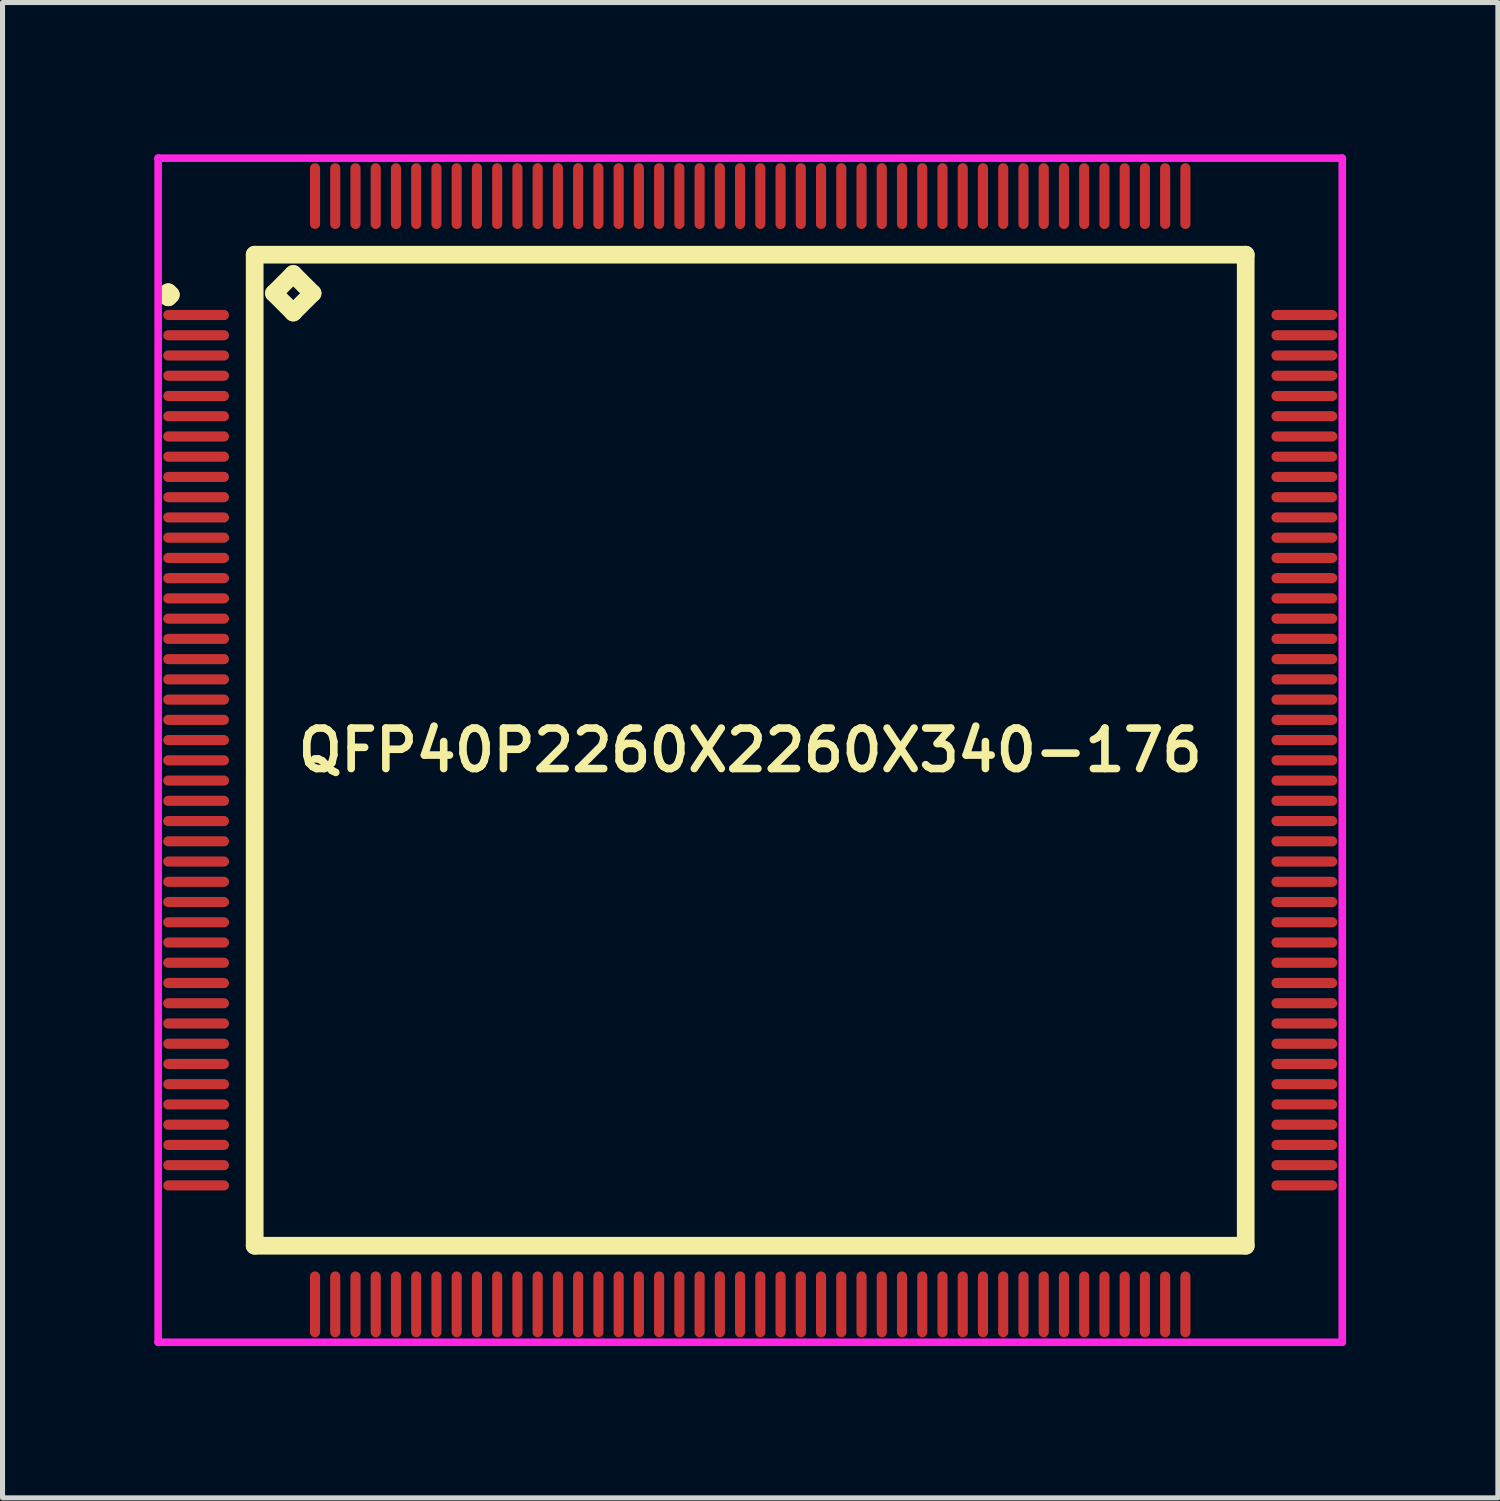
<source format=kicad_pcb>
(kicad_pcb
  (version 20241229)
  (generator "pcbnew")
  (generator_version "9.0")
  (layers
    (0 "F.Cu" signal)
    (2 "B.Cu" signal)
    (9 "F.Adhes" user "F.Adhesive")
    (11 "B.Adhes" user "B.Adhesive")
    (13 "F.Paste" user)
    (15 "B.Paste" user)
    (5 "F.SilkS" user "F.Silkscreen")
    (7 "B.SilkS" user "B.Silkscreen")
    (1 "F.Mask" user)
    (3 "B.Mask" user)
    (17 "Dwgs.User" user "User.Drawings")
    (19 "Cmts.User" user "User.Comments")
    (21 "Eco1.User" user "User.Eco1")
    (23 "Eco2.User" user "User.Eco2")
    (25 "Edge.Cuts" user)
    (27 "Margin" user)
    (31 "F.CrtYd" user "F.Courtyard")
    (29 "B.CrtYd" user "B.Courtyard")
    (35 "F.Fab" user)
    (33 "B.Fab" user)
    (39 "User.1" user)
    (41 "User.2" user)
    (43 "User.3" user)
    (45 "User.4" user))
  (footprint "QFP40P2260X2260X340-176"
    (layer "F.Cu")
    (at 11.775 11.775)
    (property "Reference" "QFP40P2260X2260X340-176" (at 0 0 0) (layer "F.SilkS") (effects (font (size 0.8 0.8) (thickness 0.15))))
    (attr smd)
    (fp_line (start -11.55 -9) (end -11.5 -9.05) (stroke (width 0.35) (type solid)) (layer "F.SilkS"))
    (fp_line (start -11.5 -9.05) (end -11.45 -9) (stroke (width 0.35) (type solid)) (layer "F.SilkS"))
    (fp_line (start -11.5 -8.95) (end -11.55 -9) (stroke (width 0.35) (type solid)) (layer "F.SilkS"))
    (fp_line (start -11.45 -9) (end -11.5 -8.95) (stroke (width 0.35) (type solid)) (layer "F.SilkS"))
    (fp_line (start -9.792 -9.792) (end -9.792 9.792) (stroke (width 0.35) (type solid)) (layer "F.SilkS"))
    (fp_line (start -9.792 9.792) (end 9.792 9.792) (stroke (width 0.35) (type solid)) (layer "F.SilkS"))
    (fp_line (start -9.411 -9.03) (end -9.03 -9.411) (stroke (width 0.35) (type solid)) (layer "F.SilkS"))
    (fp_line (start -9.03 -9.411) (end -8.649 -9.03) (stroke (width 0.35) (type solid)) (layer "F.SilkS"))
    (fp_line (start -9.03 -8.649) (end -9.411 -9.03) (stroke (width 0.35) (type solid)) (layer "F.SilkS"))
    (fp_line (start -8.649 -9.03) (end -9.03 -8.649) (stroke (width 0.35) (type solid)) (layer "F.SilkS"))
    (fp_line (start 9.792 -9.792) (end -9.792 -9.792) (stroke (width 0.35) (type solid)) (layer "F.SilkS"))
    (fp_line (start 9.792 9.792) (end 9.792 -9.792) (stroke (width 0.35) (type solid)) (layer "F.SilkS"))
    (fp_line (start -11.7 -11.7) (end 11.7 -11.7) (stroke (width 0.15) (type solid)) (layer "F.CrtYd"))
    (fp_line (start -11.7 11.7) (end -11.7 -11.7) (stroke (width 0.15) (type solid)) (layer "F.CrtYd"))
    (fp_line (start 11.7 -11.7) (end 11.7 11.7) (stroke (width 0.15) (type solid)) (layer "F.CrtYd"))
    (fp_line (start 11.7 11.7) (end -11.7 11.7) (stroke (width 0.15) (type solid)) (layer "F.CrtYd"))
    (pad "1" smd oval (at -10.95 -8.6) (size 1.3 0.2) (layers "F.Cu" "F.Mask" "F.Paste"))
    (pad "2" smd oval (at -10.95 -8.2) (size 1.3 0.2) (layers "F.Cu" "F.Mask" "F.Paste"))
    (pad "3" smd oval (at -10.95 -7.8) (size 1.3 0.2) (layers "F.Cu" "F.Mask" "F.Paste"))
    (pad "4" smd oval (at -10.95 -7.4) (size 1.3 0.2) (layers "F.Cu" "F.Mask" "F.Paste"))
    (pad "5" smd oval (at -10.95 -7) (size 1.3 0.2) (layers "F.Cu" "F.Mask" "F.Paste"))
    (pad "6" smd oval (at -10.95 -6.6) (size 1.3 0.2) (layers "F.Cu" "F.Mask" "F.Paste"))
    (pad "7" smd oval (at -10.95 -6.2) (size 1.3 0.2) (layers "F.Cu" "F.Mask" "F.Paste"))
    (pad "8" smd oval (at -10.95 -5.8) (size 1.3 0.2) (layers "F.Cu" "F.Mask" "F.Paste"))
    (pad "9" smd oval (at -10.95 -5.4) (size 1.3 0.2) (layers "F.Cu" "F.Mask" "F.Paste"))
    (pad "10" smd oval (at -10.95 -5) (size 1.3 0.2) (layers "F.Cu" "F.Mask" "F.Paste"))
    (pad "11" smd oval (at -10.95 -4.6) (size 1.3 0.2) (layers "F.Cu" "F.Mask" "F.Paste"))
    (pad "12" smd oval (at -10.95 -4.2) (size 1.3 0.2) (layers "F.Cu" "F.Mask" "F.Paste"))
    (pad "13" smd oval (at -10.95 -3.8) (size 1.3 0.2) (layers "F.Cu" "F.Mask" "F.Paste"))
    (pad "14" smd oval (at -10.95 -3.4) (size 1.3 0.2) (layers "F.Cu" "F.Mask" "F.Paste"))
    (pad "15" smd oval (at -10.95 -3) (size 1.3 0.2) (layers "F.Cu" "F.Mask" "F.Paste"))
    (pad "16" smd oval (at -10.95 -2.6) (size 1.3 0.2) (layers "F.Cu" "F.Mask" "F.Paste"))
    (pad "17" smd oval (at -10.95 -2.2) (size 1.3 0.2) (layers "F.Cu" "F.Mask" "F.Paste"))
    (pad "18" smd oval (at -10.95 -1.8) (size 1.3 0.2) (layers "F.Cu" "F.Mask" "F.Paste"))
    (pad "19" smd oval (at -10.95 -1.4) (size 1.3 0.2) (layers "F.Cu" "F.Mask" "F.Paste"))
    (pad "20" smd oval (at -10.95 -1) (size 1.3 0.2) (layers "F.Cu" "F.Mask" "F.Paste"))
    (pad "21" smd oval (at -10.95 -0.6) (size 1.3 0.2) (layers "F.Cu" "F.Mask" "F.Paste"))
    (pad "22" smd oval (at -10.95 -0.2) (size 1.3 0.2) (layers "F.Cu" "F.Mask" "F.Paste"))
    (pad "23" smd oval (at -10.95 0.2) (size 1.3 0.2) (layers "F.Cu" "F.Mask" "F.Paste"))
    (pad "24" smd oval (at -10.95 0.6) (size 1.3 0.2) (layers "F.Cu" "F.Mask" "F.Paste"))
    (pad "25" smd oval (at -10.95 1) (size 1.3 0.2) (layers "F.Cu" "F.Mask" "F.Paste"))
    (pad "26" smd oval (at -10.95 1.4) (size 1.3 0.2) (layers "F.Cu" "F.Mask" "F.Paste"))
    (pad "27" smd oval (at -10.95 1.8) (size 1.3 0.2) (layers "F.Cu" "F.Mask" "F.Paste"))
    (pad "28" smd oval (at -10.95 2.2) (size 1.3 0.2) (layers "F.Cu" "F.Mask" "F.Paste"))
    (pad "29" smd oval (at -10.95 2.6) (size 1.3 0.2) (layers "F.Cu" "F.Mask" "F.Paste"))
    (pad "30" smd oval (at -10.95 3) (size 1.3 0.2) (layers "F.Cu" "F.Mask" "F.Paste"))
    (pad "31" smd oval (at -10.95 3.4) (size 1.3 0.2) (layers "F.Cu" "F.Mask" "F.Paste"))
    (pad "32" smd oval (at -10.95 3.8) (size 1.3 0.2) (layers "F.Cu" "F.Mask" "F.Paste"))
    (pad "33" smd oval (at -10.95 4.2) (size 1.3 0.2) (layers "F.Cu" "F.Mask" "F.Paste"))
    (pad "34" smd oval (at -10.95 4.6) (size 1.3 0.2) (layers "F.Cu" "F.Mask" "F.Paste"))
    (pad "35" smd oval (at -10.95 5) (size 1.3 0.2) (layers "F.Cu" "F.Mask" "F.Paste"))
    (pad "36" smd oval (at -10.95 5.4) (size 1.3 0.2) (layers "F.Cu" "F.Mask" "F.Paste"))
    (pad "37" smd oval (at -10.95 5.8) (size 1.3 0.2) (layers "F.Cu" "F.Mask" "F.Paste"))
    (pad "38" smd oval (at -10.95 6.2) (size 1.3 0.2) (layers "F.Cu" "F.Mask" "F.Paste"))
    (pad "39" smd oval (at -10.95 6.6) (size 1.3 0.2) (layers "F.Cu" "F.Mask" "F.Paste"))
    (pad "40" smd oval (at -10.95 7) (size 1.3 0.2) (layers "F.Cu" "F.Mask" "F.Paste"))
    (pad "41" smd oval (at -10.95 7.4) (size 1.3 0.2) (layers "F.Cu" "F.Mask" "F.Paste"))
    (pad "42" smd oval (at -10.95 7.8) (size 1.3 0.2) (layers "F.Cu" "F.Mask" "F.Paste"))
    (pad "43" smd oval (at -10.95 8.2) (size 1.3 0.2) (layers "F.Cu" "F.Mask" "F.Paste"))
    (pad "44" smd oval (at -10.95 8.6) (size 1.3 0.2) (layers "F.Cu" "F.Mask" "F.Paste"))
    (pad "45" smd oval (at -8.6 10.95) (size 0.2 1.3) (layers "F.Cu" "F.Mask" "F.Paste"))
    (pad "46" smd oval (at -8.2 10.95) (size 0.2 1.3) (layers "F.Cu" "F.Mask" "F.Paste"))
    (pad "47" smd oval (at -7.8 10.95) (size 0.2 1.3) (layers "F.Cu" "F.Mask" "F.Paste"))
    (pad "48" smd oval (at -7.4 10.95) (size 0.2 1.3) (layers "F.Cu" "F.Mask" "F.Paste"))
    (pad "49" smd oval (at -7 10.95) (size 0.2 1.3) (layers "F.Cu" "F.Mask" "F.Paste"))
    (pad "50" smd oval (at -6.6 10.95) (size 0.2 1.3) (layers "F.Cu" "F.Mask" "F.Paste"))
    (pad "51" smd oval (at -6.2 10.95) (size 0.2 1.3) (layers "F.Cu" "F.Mask" "F.Paste"))
    (pad "52" smd oval (at -5.8 10.95) (size 0.2 1.3) (layers "F.Cu" "F.Mask" "F.Paste"))
    (pad "53" smd oval (at -5.4 10.95) (size 0.2 1.3) (layers "F.Cu" "F.Mask" "F.Paste"))
    (pad "54" smd oval (at -5 10.95) (size 0.2 1.3) (layers "F.Cu" "F.Mask" "F.Paste"))
    (pad "55" smd oval (at -4.6 10.95) (size 0.2 1.3) (layers "F.Cu" "F.Mask" "F.Paste"))
    (pad "56" smd oval (at -4.2 10.95) (size 0.2 1.3) (layers "F.Cu" "F.Mask" "F.Paste"))
    (pad "57" smd oval (at -3.8 10.95) (size 0.2 1.3) (layers "F.Cu" "F.Mask" "F.Paste"))
    (pad "58" smd oval (at -3.4 10.95) (size 0.2 1.3) (layers "F.Cu" "F.Mask" "F.Paste"))
    (pad "59" smd oval (at -3 10.95) (size 0.2 1.3) (layers "F.Cu" "F.Mask" "F.Paste"))
    (pad "60" smd oval (at -2.6 10.95) (size 0.2 1.3) (layers "F.Cu" "F.Mask" "F.Paste"))
    (pad "61" smd oval (at -2.2 10.95) (size 0.2 1.3) (layers "F.Cu" "F.Mask" "F.Paste"))
    (pad "62" smd oval (at -1.8 10.95) (size 0.2 1.3) (layers "F.Cu" "F.Mask" "F.Paste"))
    (pad "63" smd oval (at -1.4 10.95) (size 0.2 1.3) (layers "F.Cu" "F.Mask" "F.Paste"))
    (pad "64" smd oval (at -1 10.95) (size 0.2 1.3) (layers "F.Cu" "F.Mask" "F.Paste"))
    (pad "65" smd oval (at -0.6 10.95) (size 0.2 1.3) (layers "F.Cu" "F.Mask" "F.Paste"))
    (pad "66" smd oval (at -0.2 10.95) (size 0.2 1.3) (layers "F.Cu" "F.Mask" "F.Paste"))
    (pad "67" smd oval (at 0.2 10.95) (size 0.2 1.3) (layers "F.Cu" "F.Mask" "F.Paste"))
    (pad "68" smd oval (at 0.6 10.95) (size 0.2 1.3) (layers "F.Cu" "F.Mask" "F.Paste"))
    (pad "69" smd oval (at 1 10.95) (size 0.2 1.3) (layers "F.Cu" "F.Mask" "F.Paste"))
    (pad "70" smd oval (at 1.4 10.95) (size 0.2 1.3) (layers "F.Cu" "F.Mask" "F.Paste"))
    (pad "71" smd oval (at 1.8 10.95) (size 0.2 1.3) (layers "F.Cu" "F.Mask" "F.Paste"))
    (pad "72" smd oval (at 2.2 10.95) (size 0.2 1.3) (layers "F.Cu" "F.Mask" "F.Paste"))
    (pad "73" smd oval (at 2.6 10.95) (size 0.2 1.3) (layers "F.Cu" "F.Mask" "F.Paste"))
    (pad "74" smd oval (at 3 10.95) (size 0.2 1.3) (layers "F.Cu" "F.Mask" "F.Paste"))
    (pad "75" smd oval (at 3.4 10.95) (size 0.2 1.3) (layers "F.Cu" "F.Mask" "F.Paste"))
    (pad "76" smd oval (at 3.8 10.95) (size 0.2 1.3) (layers "F.Cu" "F.Mask" "F.Paste"))
    (pad "77" smd oval (at 4.2 10.95) (size 0.2 1.3) (layers "F.Cu" "F.Mask" "F.Paste"))
    (pad "78" smd oval (at 4.6 10.95) (size 0.2 1.3) (layers "F.Cu" "F.Mask" "F.Paste"))
    (pad "79" smd oval (at 5 10.95) (size 0.2 1.3) (layers "F.Cu" "F.Mask" "F.Paste"))
    (pad "80" smd oval (at 5.4 10.95) (size 0.2 1.3) (layers "F.Cu" "F.Mask" "F.Paste"))
    (pad "81" smd oval (at 5.8 10.95) (size 0.2 1.3) (layers "F.Cu" "F.Mask" "F.Paste"))
    (pad "82" smd oval (at 6.2 10.95) (size 0.2 1.3) (layers "F.Cu" "F.Mask" "F.Paste"))
    (pad "83" smd oval (at 6.6 10.95) (size 0.2 1.3) (layers "F.Cu" "F.Mask" "F.Paste"))
    (pad "84" smd oval (at 7 10.95) (size 0.2 1.3) (layers "F.Cu" "F.Mask" "F.Paste"))
    (pad "85" smd oval (at 7.4 10.95) (size 0.2 1.3) (layers "F.Cu" "F.Mask" "F.Paste"))
    (pad "86" smd oval (at 7.8 10.95) (size 0.2 1.3) (layers "F.Cu" "F.Mask" "F.Paste"))
    (pad "87" smd oval (at 8.2 10.95) (size 0.2 1.3) (layers "F.Cu" "F.Mask" "F.Paste"))
    (pad "88" smd oval (at 8.6 10.95) (size 0.2 1.3) (layers "F.Cu" "F.Mask" "F.Paste"))
    (pad "89" smd oval (at 10.95 8.6) (size 1.3 0.2) (layers "F.Cu" "F.Mask" "F.Paste"))
    (pad "90" smd oval (at 10.95 8.2) (size 1.3 0.2) (layers "F.Cu" "F.Mask" "F.Paste"))
    (pad "91" smd oval (at 10.95 7.8) (size 1.3 0.2) (layers "F.Cu" "F.Mask" "F.Paste"))
    (pad "92" smd oval (at 10.95 7.4) (size 1.3 0.2) (layers "F.Cu" "F.Mask" "F.Paste"))
    (pad "93" smd oval (at 10.95 7) (size 1.3 0.2) (layers "F.Cu" "F.Mask" "F.Paste"))
    (pad "94" smd oval (at 10.95 6.6) (size 1.3 0.2) (layers "F.Cu" "F.Mask" "F.Paste"))
    (pad "95" smd oval (at 10.95 6.2) (size 1.3 0.2) (layers "F.Cu" "F.Mask" "F.Paste"))
    (pad "96" smd oval (at 10.95 5.8) (size 1.3 0.2) (layers "F.Cu" "F.Mask" "F.Paste"))
    (pad "97" smd oval (at 10.95 5.4) (size 1.3 0.2) (layers "F.Cu" "F.Mask" "F.Paste"))
    (pad "98" smd oval (at 10.95 5) (size 1.3 0.2) (layers "F.Cu" "F.Mask" "F.Paste"))
    (pad "99" smd oval (at 10.95 4.6) (size 1.3 0.2) (layers "F.Cu" "F.Mask" "F.Paste"))
    (pad "100" smd oval (at 10.95 4.2) (size 1.3 0.2) (layers "F.Cu" "F.Mask" "F.Paste"))
    (pad "101" smd oval (at 10.95 3.8) (size 1.3 0.2) (layers "F.Cu" "F.Mask" "F.Paste"))
    (pad "102" smd oval (at 10.95 3.4) (size 1.3 0.2) (layers "F.Cu" "F.Mask" "F.Paste"))
    (pad "103" smd oval (at 10.95 3) (size 1.3 0.2) (layers "F.Cu" "F.Mask" "F.Paste"))
    (pad "104" smd oval (at 10.95 2.6) (size 1.3 0.2) (layers "F.Cu" "F.Mask" "F.Paste"))
    (pad "105" smd oval (at 10.95 2.2) (size 1.3 0.2) (layers "F.Cu" "F.Mask" "F.Paste"))
    (pad "106" smd oval (at 10.95 1.8) (size 1.3 0.2) (layers "F.Cu" "F.Mask" "F.Paste"))
    (pad "107" smd oval (at 10.95 1.4) (size 1.3 0.2) (layers "F.Cu" "F.Mask" "F.Paste"))
    (pad "108" smd oval (at 10.95 1) (size 1.3 0.2) (layers "F.Cu" "F.Mask" "F.Paste"))
    (pad "109" smd oval (at 10.95 0.6) (size 1.3 0.2) (layers "F.Cu" "F.Mask" "F.Paste"))
    (pad "110" smd oval (at 10.95 0.2) (size 1.3 0.2) (layers "F.Cu" "F.Mask" "F.Paste"))
    (pad "111" smd oval (at 10.95 -0.2) (size 1.3 0.2) (layers "F.Cu" "F.Mask" "F.Paste"))
    (pad "112" smd oval (at 10.95 -0.6) (size 1.3 0.2) (layers "F.Cu" "F.Mask" "F.Paste"))
    (pad "113" smd oval (at 10.95 -1) (size 1.3 0.2) (layers "F.Cu" "F.Mask" "F.Paste"))
    (pad "114" smd oval (at 10.95 -1.4) (size 1.3 0.2) (layers "F.Cu" "F.Mask" "F.Paste"))
    (pad "115" smd oval (at 10.95 -1.8) (size 1.3 0.2) (layers "F.Cu" "F.Mask" "F.Paste"))
    (pad "116" smd oval (at 10.95 -2.2) (size 1.3 0.2) (layers "F.Cu" "F.Mask" "F.Paste"))
    (pad "117" smd oval (at 10.95 -2.6) (size 1.3 0.2) (layers "F.Cu" "F.Mask" "F.Paste"))
    (pad "118" smd oval (at 10.95 -3) (size 1.3 0.2) (layers "F.Cu" "F.Mask" "F.Paste"))
    (pad "119" smd oval (at 10.95 -3.4) (size 1.3 0.2) (layers "F.Cu" "F.Mask" "F.Paste"))
    (pad "120" smd oval (at 10.95 -3.8) (size 1.3 0.2) (layers "F.Cu" "F.Mask" "F.Paste"))
    (pad "121" smd oval (at 10.95 -4.2) (size 1.3 0.2) (layers "F.Cu" "F.Mask" "F.Paste"))
    (pad "122" smd oval (at 10.95 -4.6) (size 1.3 0.2) (layers "F.Cu" "F.Mask" "F.Paste"))
    (pad "123" smd oval (at 10.95 -5) (size 1.3 0.2) (layers "F.Cu" "F.Mask" "F.Paste"))
    (pad "124" smd oval (at 10.95 -5.4) (size 1.3 0.2) (layers "F.Cu" "F.Mask" "F.Paste"))
    (pad "125" smd oval (at 10.95 -5.8) (size 1.3 0.2) (layers "F.Cu" "F.Mask" "F.Paste"))
    (pad "126" smd oval (at 10.95 -6.2) (size 1.3 0.2) (layers "F.Cu" "F.Mask" "F.Paste"))
    (pad "127" smd oval (at 10.95 -6.6) (size 1.3 0.2) (layers "F.Cu" "F.Mask" "F.Paste"))
    (pad "128" smd oval (at 10.95 -7) (size 1.3 0.2) (layers "F.Cu" "F.Mask" "F.Paste"))
    (pad "129" smd oval (at 10.95 -7.4) (size 1.3 0.2) (layers "F.Cu" "F.Mask" "F.Paste"))
    (pad "130" smd oval (at 10.95 -7.8) (size 1.3 0.2) (layers "F.Cu" "F.Mask" "F.Paste"))
    (pad "131" smd oval (at 10.95 -8.2) (size 1.3 0.2) (layers "F.Cu" "F.Mask" "F.Paste"))
    (pad "132" smd oval (at 10.95 -8.6) (size 1.3 0.2) (layers "F.Cu" "F.Mask" "F.Paste"))
    (pad "133" smd oval (at 8.6 -10.95) (size 0.2 1.3) (layers "F.Cu" "F.Mask" "F.Paste"))
    (pad "134" smd oval (at 8.2 -10.95) (size 0.2 1.3) (layers "F.Cu" "F.Mask" "F.Paste"))
    (pad "135" smd oval (at 7.8 -10.95) (size 0.2 1.3) (layers "F.Cu" "F.Mask" "F.Paste"))
    (pad "136" smd oval (at 7.4 -10.95) (size 0.2 1.3) (layers "F.Cu" "F.Mask" "F.Paste"))
    (pad "137" smd oval (at 7 -10.95) (size 0.2 1.3) (layers "F.Cu" "F.Mask" "F.Paste"))
    (pad "138" smd oval (at 6.6 -10.95) (size 0.2 1.3) (layers "F.Cu" "F.Mask" "F.Paste"))
    (pad "139" smd oval (at 6.2 -10.95) (size 0.2 1.3) (layers "F.Cu" "F.Mask" "F.Paste"))
    (pad "140" smd oval (at 5.8 -10.95) (size 0.2 1.3) (layers "F.Cu" "F.Mask" "F.Paste"))
    (pad "141" smd oval (at 5.4 -10.95) (size 0.2 1.3) (layers "F.Cu" "F.Mask" "F.Paste"))
    (pad "142" smd oval (at 5 -10.95) (size 0.2 1.3) (layers "F.Cu" "F.Mask" "F.Paste"))
    (pad "143" smd oval (at 4.6 -10.95) (size 0.2 1.3) (layers "F.Cu" "F.Mask" "F.Paste"))
    (pad "144" smd oval (at 4.2 -10.95) (size 0.2 1.3) (layers "F.Cu" "F.Mask" "F.Paste"))
    (pad "145" smd oval (at 3.8 -10.95) (size 0.2 1.3) (layers "F.Cu" "F.Mask" "F.Paste"))
    (pad "146" smd oval (at 3.4 -10.95) (size 0.2 1.3) (layers "F.Cu" "F.Mask" "F.Paste"))
    (pad "147" smd oval (at 3 -10.95) (size 0.2 1.3) (layers "F.Cu" "F.Mask" "F.Paste"))
    (pad "148" smd oval (at 2.6 -10.95) (size 0.2 1.3) (layers "F.Cu" "F.Mask" "F.Paste"))
    (pad "149" smd oval (at 2.2 -10.95) (size 0.2 1.3) (layers "F.Cu" "F.Mask" "F.Paste"))
    (pad "150" smd oval (at 1.8 -10.95) (size 0.2 1.3) (layers "F.Cu" "F.Mask" "F.Paste"))
    (pad "151" smd oval (at 1.4 -10.95) (size 0.2 1.3) (layers "F.Cu" "F.Mask" "F.Paste"))
    (pad "152" smd oval (at 1 -10.95) (size 0.2 1.3) (layers "F.Cu" "F.Mask" "F.Paste"))
    (pad "153" smd oval (at 0.6 -10.95) (size 0.2 1.3) (layers "F.Cu" "F.Mask" "F.Paste"))
    (pad "154" smd oval (at 0.2 -10.95) (size 0.2 1.3) (layers "F.Cu" "F.Mask" "F.Paste"))
    (pad "155" smd oval (at -0.2 -10.95) (size 0.2 1.3) (layers "F.Cu" "F.Mask" "F.Paste"))
    (pad "156" smd oval (at -0.6 -10.95) (size 0.2 1.3) (layers "F.Cu" "F.Mask" "F.Paste"))
    (pad "157" smd oval (at -1 -10.95) (size 0.2 1.3) (layers "F.Cu" "F.Mask" "F.Paste"))
    (pad "158" smd oval (at -1.4 -10.95) (size 0.2 1.3) (layers "F.Cu" "F.Mask" "F.Paste"))
    (pad "159" smd oval (at -1.8 -10.95) (size 0.2 1.3) (layers "F.Cu" "F.Mask" "F.Paste"))
    (pad "160" smd oval (at -2.2 -10.95) (size 0.2 1.3) (layers "F.Cu" "F.Mask" "F.Paste"))
    (pad "161" smd oval (at -2.6 -10.95) (size 0.2 1.3) (layers "F.Cu" "F.Mask" "F.Paste"))
    (pad "162" smd oval (at -3 -10.95) (size 0.2 1.3) (layers "F.Cu" "F.Mask" "F.Paste"))
    (pad "163" smd oval (at -3.4 -10.95) (size 0.2 1.3) (layers "F.Cu" "F.Mask" "F.Paste"))
    (pad "164" smd oval (at -3.8 -10.95) (size 0.2 1.3) (layers "F.Cu" "F.Mask" "F.Paste"))
    (pad "165" smd oval (at -4.2 -10.95) (size 0.2 1.3) (layers "F.Cu" "F.Mask" "F.Paste"))
    (pad "166" smd oval (at -4.6 -10.95) (size 0.2 1.3) (layers "F.Cu" "F.Mask" "F.Paste"))
    (pad "167" smd oval (at -5 -10.95) (size 0.2 1.3) (layers "F.Cu" "F.Mask" "F.Paste"))
    (pad "168" smd oval (at -5.4 -10.95) (size 0.2 1.3) (layers "F.Cu" "F.Mask" "F.Paste"))
    (pad "169" smd oval (at -5.8 -10.95) (size 0.2 1.3) (layers "F.Cu" "F.Mask" "F.Paste"))
    (pad "170" smd oval (at -6.2 -10.95) (size 0.2 1.3) (layers "F.Cu" "F.Mask" "F.Paste"))
    (pad "171" smd oval (at -6.6 -10.95) (size 0.2 1.3) (layers "F.Cu" "F.Mask" "F.Paste"))
    (pad "172" smd oval (at -7 -10.95) (size 0.2 1.3) (layers "F.Cu" "F.Mask" "F.Paste"))
    (pad "173" smd oval (at -7.4 -10.95) (size 0.2 1.3) (layers "F.Cu" "F.Mask" "F.Paste"))
    (pad "174" smd oval (at -7.8 -10.95) (size 0.2 1.3) (layers "F.Cu" "F.Mask" "F.Paste"))
    (pad "175" smd oval (at -8.2 -10.95) (size 0.2 1.3) (layers "F.Cu" "F.Mask" "F.Paste"))
    (pad "176" smd oval (at -8.6 -10.95) (size 0.2 1.3) (layers "F.Cu" "F.Mask" "F.Paste")))
  (gr_rect
    (start -3 -3)
    (end 26.55 26.55)
    (stroke (width 0.1) (type default))
    (fill no)
    (layer "Edge.Cuts")))
</source>
